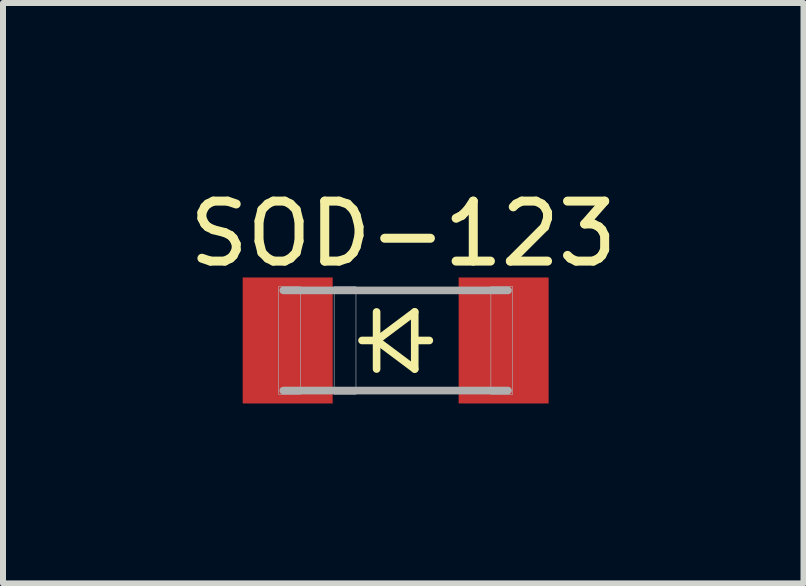
<source format=kicad_pcb>
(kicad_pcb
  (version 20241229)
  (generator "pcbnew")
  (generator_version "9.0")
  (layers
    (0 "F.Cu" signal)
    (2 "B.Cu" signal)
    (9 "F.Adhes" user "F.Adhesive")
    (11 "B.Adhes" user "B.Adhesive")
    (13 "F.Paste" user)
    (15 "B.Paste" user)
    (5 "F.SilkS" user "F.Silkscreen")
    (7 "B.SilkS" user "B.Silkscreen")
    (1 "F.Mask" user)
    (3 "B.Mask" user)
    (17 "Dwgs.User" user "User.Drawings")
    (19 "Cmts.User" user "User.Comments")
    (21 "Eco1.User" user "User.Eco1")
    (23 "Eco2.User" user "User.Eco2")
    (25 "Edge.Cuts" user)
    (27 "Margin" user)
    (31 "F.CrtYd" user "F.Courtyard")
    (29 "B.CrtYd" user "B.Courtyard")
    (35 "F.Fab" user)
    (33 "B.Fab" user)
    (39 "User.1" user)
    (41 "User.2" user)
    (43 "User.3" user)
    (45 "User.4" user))
  (footprint "SOD-123"
    (layer "F.Cu")
    (at 3.546 2.626)
    (property "Reference" "SOD-123" (at 0.127 -1.778 0) (layer "F.SilkS") (effects (font (size 1 1) (thickness 0.15))))
    (attr smd)
    (fp_line (start -0.318 0) (end -0.561 0) (stroke (width 0.127) (type solid)) (layer "F.SilkS"))
    (fp_line (start -0.318 0) (end -0.318 -0.476) (stroke (width 0.127) (type solid)) (layer "F.SilkS"))
    (fp_line (start -0.318 0) (end -0.318 0.476) (stroke (width 0.127) (type solid)) (layer "F.SilkS"))
    (fp_line (start -0.318 0) (end 0.318 0.476) (stroke (width 0.127) (type solid)) (layer "F.SilkS"))
    (fp_line (start 0.318 -0.476) (end -0.318 0) (stroke (width 0.127) (type solid)) (layer "F.SilkS"))
    (fp_line (start 0.318 0) (end 0.318 -0.476) (stroke (width 0.127) (type solid)) (layer "F.SilkS"))
    (fp_line (start 0.318 0) (end 0.561 0) (stroke (width 0.127) (type solid)) (layer "F.SilkS"))
    (fp_line (start 0.318 0.476) (end 0.318 0) (stroke (width 0.127) (type solid)) (layer "F.SilkS"))
    (fp_line (start -1.873 -0.835) (end 1.873 -0.835) (stroke (width 0.127) (type solid)) (layer "F.Fab"))
    (fp_line (start -1.873 0.835) (end 1.873 0.835) (stroke (width 0.127) (type solid)) (layer "F.Fab"))
    (fp_poly (pts (xy -1.95 -0.9) (xy -1.587 -0.9) (xy -1.587 0.9) (xy -1.95 0.9)) (stroke (width 0.01) (type solid)) (fill no) (layer "F.Fab"))
    (fp_poly (pts (xy -1.025 -0.9) (xy -0.662 -0.9) (xy -0.662 0.9) (xy -1.025 0.9)) (stroke (width 0.01) (type solid)) (fill no) (layer "F.Fab"))
    (fp_poly (pts (xy 1.587 -0.9) (xy 1.95 -0.9) (xy 1.95 0.9) (xy 1.587 0.9)) (stroke (width 0.01) (type solid)) (fill no) (layer "F.Fab"))
    (pad "A" smd rect (at 1.8 0 180) (size 1.5 2.1) (layers "F.Cu" "F.Mask" "F.Paste"))
    (pad "C" smd rect (at -1.8 0 180) (size 1.5 2.1) (layers "F.Cu" "F.Mask" "F.Paste")))
  (gr_rect
    (start -3 -3)
    (end 10.345 6.676)
    (stroke (width 0.1) (type default))
    (fill no)
    (layer "Edge.Cuts")))
</source>
